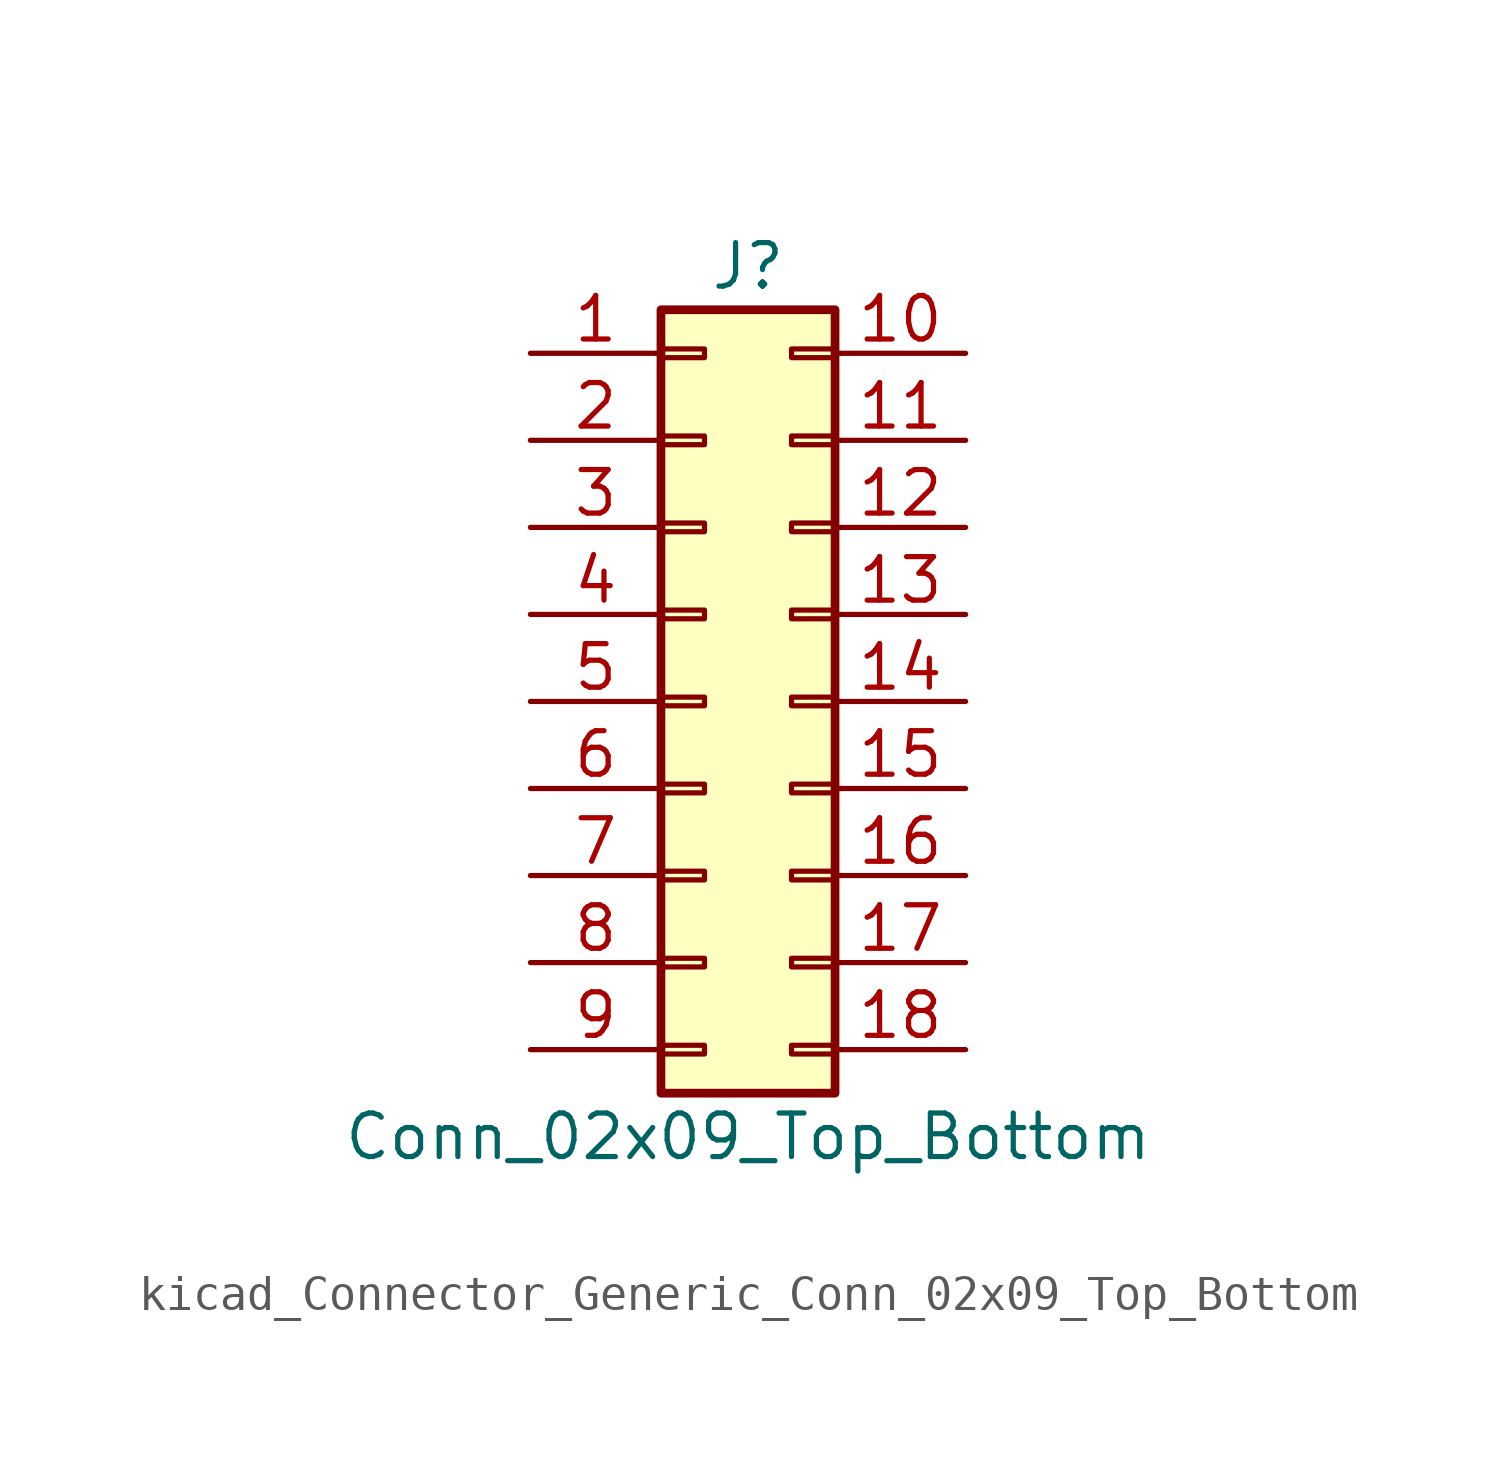
<source format=kicad_sym>
(kicad_symbol_lib
  (version 20220914)
  (generator kicad_symbol_editor)
  (symbol "kicad_Connector_Generic_Conn_02x09_Top_Bottom"
    (pin_names
      (offset 1.016) hide)
    (property "Reference" "J"
      (at 1.27 12.7 0)
      (effects (font (size 1.27 1.27))))
    (property "Value" "Conn_02x09_Top_Bottom"
      (at 1.27 -12.7 0)
      (effects (font (size 1.27 1.27))))
    (symbol "kicad_Connector_Generic_Conn_02x09_Top_Bottom_1_1"
      (rectangle (start -1.27 -10.033) (end 0 -10.287) (stroke (width 0.152) (type default)) (fill (type none)))
      (rectangle (start -1.27 -7.493) (end 0 -7.747) (stroke (width 0.152) (type default)) (fill (type none)))
      (rectangle (start -1.27 -4.953) (end 0 -5.207) (stroke (width 0.152) (type default)) (fill (type none)))
      (rectangle (start -1.27 -2.413) (end 0 -2.667) (stroke (width 0.152) (type default)) (fill (type none)))
      (rectangle (start -1.27 0.127) (end 0 -0.127) (stroke (width 0.152) (type default)) (fill (type none)))
      (rectangle (start -1.27 2.667) (end 0 2.413) (stroke (width 0.152) (type default)) (fill (type none)))
      (rectangle (start -1.27 5.207) (end 0 4.953) (stroke (width 0.152) (type default)) (fill (type none)))
      (rectangle (start -1.27 7.747) (end 0 7.493) (stroke (width 0.152) (type default)) (fill (type none)))
      (rectangle (start -1.27 10.287) (end 0 10.033) (stroke (width 0.152) (type default)) (fill (type none)))
      (rectangle (start -1.27 11.43) (end 3.81 -11.43) (stroke (width 0.254) (type default)) (fill (type background)))
      (rectangle (start 3.81 -10.033) (end 2.54 -10.287) (stroke (width 0.152) (type default)) (fill (type none)))
      (rectangle (start 3.81 -7.493) (end 2.54 -7.747) (stroke (width 0.152) (type default)) (fill (type none)))
      (rectangle (start 3.81 -4.953) (end 2.54 -5.207) (stroke (width 0.152) (type default)) (fill (type none)))
      (rectangle (start 3.81 -2.413) (end 2.54 -2.667) (stroke (width 0.152) (type default)) (fill (type none)))
      (rectangle (start 3.81 0.127) (end 2.54 -0.127) (stroke (width 0.152) (type default)) (fill (type none)))
      (rectangle (start 3.81 2.667) (end 2.54 2.413) (stroke (width 0.152) (type default)) (fill (type none)))
      (rectangle (start 3.81 5.207) (end 2.54 4.953) (stroke (width 0.152) (type default)) (fill (type none)))
      (rectangle (start 3.81 7.747) (end 2.54 7.493) (stroke (width 0.152) (type default)) (fill (type none)))
      (rectangle (start 3.81 10.287) (end 2.54 10.033) (stroke (width 0.152) (type default)) (fill (type none)))
      (pin passive line (at -5.08 10.16 0) (length 3.81) (name "Pin_1" (effects (font (size 1.27 1.27)))) (number "1" (effects (font (size 1.27 1.27)))))
      (pin passive line (at 7.62 10.16 180) (length 3.81) (name "Pin_10" (effects (font (size 1.27 1.27)))) (number "10" (effects (font (size 1.27 1.27)))))
      (pin passive line (at 7.62 7.62 180) (length 3.81) (name "Pin_11" (effects (font (size 1.27 1.27)))) (number "11" (effects (font (size 1.27 1.27)))))
      (pin passive line (at 7.62 5.08 180) (length 3.81) (name "Pin_12" (effects (font (size 1.27 1.27)))) (number "12" (effects (font (size 1.27 1.27)))))
      (pin passive line (at 7.62 2.54 180) (length 3.81) (name "Pin_13" (effects (font (size 1.27 1.27)))) (number "13" (effects (font (size 1.27 1.27)))))
      (pin passive line (at 7.62 0 180) (length 3.81) (name "Pin_14" (effects (font (size 1.27 1.27)))) (number "14" (effects (font (size 1.27 1.27)))))
      (pin passive line (at 7.62 -2.54 180) (length 3.81) (name "Pin_15" (effects (font (size 1.27 1.27)))) (number "15" (effects (font (size 1.27 1.27)))))
      (pin passive line (at 7.62 -5.08 180) (length 3.81) (name "Pin_16" (effects (font (size 1.27 1.27)))) (number "16" (effects (font (size 1.27 1.27)))))
      (pin passive line (at 7.62 -7.62 180) (length 3.81) (name "Pin_17" (effects (font (size 1.27 1.27)))) (number "17" (effects (font (size 1.27 1.27)))))
      (pin passive line (at 7.62 -10.16 180) (length 3.81) (name "Pin_18" (effects (font (size 1.27 1.27)))) (number "18" (effects (font (size 1.27 1.27)))))
      (pin passive line (at -5.08 7.62 0) (length 3.81) (name "Pin_2" (effects (font (size 1.27 1.27)))) (number "2" (effects (font (size 1.27 1.27)))))
      (pin passive line (at -5.08 5.08 0) (length 3.81) (name "Pin_3" (effects (font (size 1.27 1.27)))) (number "3" (effects (font (size 1.27 1.27)))))
      (pin passive line (at -5.08 2.54 0) (length 3.81) (name "Pin_4" (effects (font (size 1.27 1.27)))) (number "4" (effects (font (size 1.27 1.27)))))
      (pin passive line (at -5.08 0 0) (length 3.81) (name "Pin_5" (effects (font (size 1.27 1.27)))) (number "5" (effects (font (size 1.27 1.27)))))
      (pin passive line (at -5.08 -2.54 0) (length 3.81) (name "Pin_6" (effects (font (size 1.27 1.27)))) (number "6" (effects (font (size 1.27 1.27)))))
      (pin passive line (at -5.08 -5.08 0) (length 3.81) (name "Pin_7" (effects (font (size 1.27 1.27)))) (number "7" (effects (font (size 1.27 1.27)))))
      (pin passive line (at -5.08 -7.62 0) (length 3.81) (name "Pin_8" (effects (font (size 1.27 1.27)))) (number "8" (effects (font (size 1.27 1.27)))))
      (pin passive line (at -5.08 -10.16 0) (length 3.81) (name "Pin_9" (effects (font (size 1.27 1.27)))) (number "9" (effects (font (size 1.27 1.27))))))))
</source>
